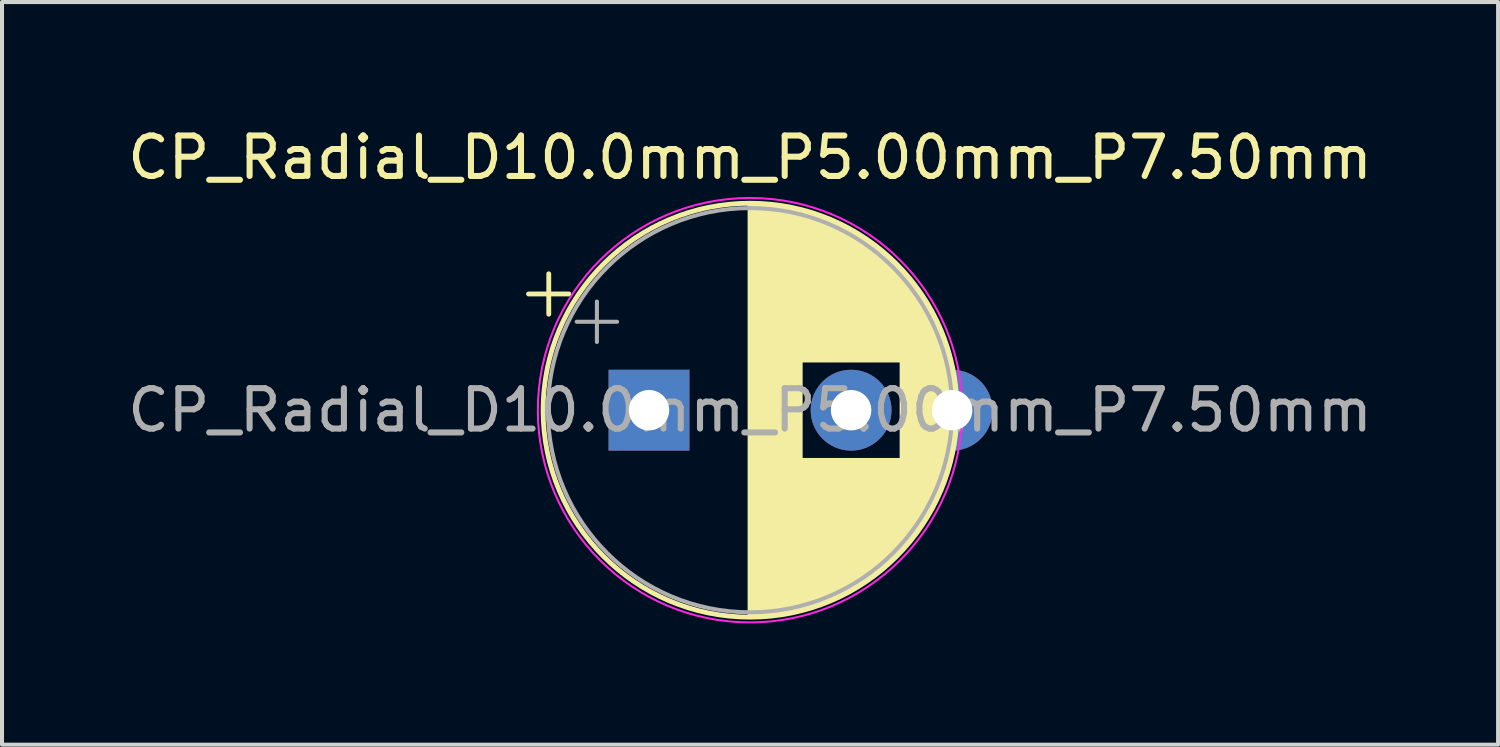
<source format=kicad_pcb>
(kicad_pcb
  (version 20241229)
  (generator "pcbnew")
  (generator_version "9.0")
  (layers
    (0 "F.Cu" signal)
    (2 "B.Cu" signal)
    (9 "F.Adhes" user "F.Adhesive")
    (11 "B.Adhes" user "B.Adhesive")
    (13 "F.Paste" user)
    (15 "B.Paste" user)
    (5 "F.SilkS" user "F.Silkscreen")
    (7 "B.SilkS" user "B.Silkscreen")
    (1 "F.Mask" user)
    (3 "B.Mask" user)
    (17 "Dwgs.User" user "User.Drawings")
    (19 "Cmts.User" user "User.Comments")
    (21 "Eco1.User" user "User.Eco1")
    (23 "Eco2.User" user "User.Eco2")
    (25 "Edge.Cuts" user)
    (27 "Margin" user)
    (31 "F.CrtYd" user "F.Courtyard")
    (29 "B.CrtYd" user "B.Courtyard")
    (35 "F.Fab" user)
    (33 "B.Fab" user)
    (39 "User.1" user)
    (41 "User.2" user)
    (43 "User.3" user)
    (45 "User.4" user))
  (footprint "CP_Radial_D10.0mm_P5.00mm_P7.50mm"
    (layer "F.Cu")
    (at 13.006 7.098)
    (property "Reference" "CP_Radial_D10.0mm_P5.00mm_P7.50mm" (at 2.5 -6.25 0) (layer "F.SilkS") (effects (font (size 1 1) (thickness 0.15))))
    (attr through_hole)
    (fp_line (start -2.98 -2.875) (end -1.98 -2.875) (stroke (width 0.12) (type solid)) (layer "F.SilkS"))
    (fp_line (start -2.48 -3.375) (end -2.48 -2.375) (stroke (width 0.12) (type solid)) (layer "F.SilkS"))
    (fp_line (start 2.5 -5.08) (end 2.5 5.08) (stroke (width 0.12) (type solid)) (layer "F.SilkS"))
    (fp_line (start 2.54 -5.08) (end 2.54 5.08) (stroke (width 0.12) (type solid)) (layer "F.SilkS"))
    (fp_line (start 2.58 -5.08) (end 2.58 5.08) (stroke (width 0.12) (type solid)) (layer "F.SilkS"))
    (fp_line (start 2.62 -5.079) (end 2.62 5.079) (stroke (width 0.12) (type solid)) (layer "F.SilkS"))
    (fp_line (start 2.66 -5.078) (end 2.66 5.078) (stroke (width 0.12) (type solid)) (layer "F.SilkS"))
    (fp_line (start 2.7 -5.077) (end 2.7 5.077) (stroke (width 0.12) (type solid)) (layer "F.SilkS"))
    (fp_line (start 2.74 -5.075) (end 2.74 5.075) (stroke (width 0.12) (type solid)) (layer "F.SilkS"))
    (fp_line (start 2.78 -5.073) (end 2.78 5.073) (stroke (width 0.12) (type solid)) (layer "F.SilkS"))
    (fp_line (start 2.82 -5.07) (end 2.82 5.07) (stroke (width 0.12) (type solid)) (layer "F.SilkS"))
    (fp_line (start 2.86 -5.068) (end 2.86 5.068) (stroke (width 0.12) (type solid)) (layer "F.SilkS"))
    (fp_line (start 2.9 -5.065) (end 2.9 5.065) (stroke (width 0.12) (type solid)) (layer "F.SilkS"))
    (fp_line (start 2.94 -5.062) (end 2.94 5.062) (stroke (width 0.12) (type solid)) (layer "F.SilkS"))
    (fp_line (start 2.98 -5.058) (end 2.98 5.058) (stroke (width 0.12) (type solid)) (layer "F.SilkS"))
    (fp_line (start 3.02 -5.054) (end 3.02 5.054) (stroke (width 0.12) (type solid)) (layer "F.SilkS"))
    (fp_line (start 3.06 -5.05) (end 3.06 5.05) (stroke (width 0.12) (type solid)) (layer "F.SilkS"))
    (fp_line (start 3.1 -5.045) (end 3.1 5.045) (stroke (width 0.12) (type solid)) (layer "F.SilkS"))
    (fp_line (start 3.14 -5.04) (end 3.14 5.04) (stroke (width 0.12) (type solid)) (layer "F.SilkS"))
    (fp_line (start 3.18 -5.035) (end 3.18 5.035) (stroke (width 0.12) (type solid)) (layer "F.SilkS"))
    (fp_line (start 3.221 -5.03) (end 3.221 5.03) (stroke (width 0.12) (type solid)) (layer "F.SilkS"))
    (fp_line (start 3.261 -5.024) (end 3.261 5.024) (stroke (width 0.12) (type solid)) (layer "F.SilkS"))
    (fp_line (start 3.301 -5.018) (end 3.301 5.018) (stroke (width 0.12) (type solid)) (layer "F.SilkS"))
    (fp_line (start 3.341 -5.011) (end 3.341 5.011) (stroke (width 0.12) (type solid)) (layer "F.SilkS"))
    (fp_line (start 3.381 -5.004) (end 3.381 5.004) (stroke (width 0.12) (type solid)) (layer "F.SilkS"))
    (fp_line (start 3.421 -4.997) (end 3.421 4.997) (stroke (width 0.12) (type solid)) (layer "F.SilkS"))
    (fp_line (start 3.461 -4.99) (end 3.461 4.99) (stroke (width 0.12) (type solid)) (layer "F.SilkS"))
    (fp_line (start 3.501 -4.982) (end 3.501 4.982) (stroke (width 0.12) (type solid)) (layer "F.SilkS"))
    (fp_line (start 3.541 -4.974) (end 3.541 4.974) (stroke (width 0.12) (type solid)) (layer "F.SilkS"))
    (fp_line (start 3.581 -4.965) (end 3.581 4.965) (stroke (width 0.12) (type solid)) (layer "F.SilkS"))
    (fp_line (start 3.621 -4.956) (end 3.621 4.956) (stroke (width 0.12) (type solid)) (layer "F.SilkS"))
    (fp_line (start 3.661 -4.947) (end 3.661 4.947) (stroke (width 0.12) (type solid)) (layer "F.SilkS"))
    (fp_line (start 3.701 -4.938) (end 3.701 4.938) (stroke (width 0.12) (type solid)) (layer "F.SilkS"))
    (fp_line (start 3.741 -4.928) (end 3.741 4.928) (stroke (width 0.12) (type solid)) (layer "F.SilkS"))
    (fp_line (start 3.781 -4.918) (end 3.781 -1.241) (stroke (width 0.12) (type solid)) (layer "F.SilkS"))
    (fp_line (start 3.781 1.241) (end 3.781 4.918) (stroke (width 0.12) (type solid)) (layer "F.SilkS"))
    (fp_line (start 3.821 -4.907) (end 3.821 -1.241) (stroke (width 0.12) (type solid)) (layer "F.SilkS"))
    (fp_line (start 3.821 1.241) (end 3.821 4.907) (stroke (width 0.12) (type solid)) (layer "F.SilkS"))
    (fp_line (start 3.861 -4.897) (end 3.861 -1.241) (stroke (width 0.12) (type solid)) (layer "F.SilkS"))
    (fp_line (start 3.861 1.241) (end 3.861 4.897) (stroke (width 0.12) (type solid)) (layer "F.SilkS"))
    (fp_line (start 3.901 -4.885) (end 3.901 -1.241) (stroke (width 0.12) (type solid)) (layer "F.SilkS"))
    (fp_line (start 3.901 1.241) (end 3.901 4.885) (stroke (width 0.12) (type solid)) (layer "F.SilkS"))
    (fp_line (start 3.941 -4.874) (end 3.941 -1.241) (stroke (width 0.12) (type solid)) (layer "F.SilkS"))
    (fp_line (start 3.941 1.241) (end 3.941 4.874) (stroke (width 0.12) (type solid)) (layer "F.SilkS"))
    (fp_line (start 3.981 -4.862) (end 3.981 -1.241) (stroke (width 0.12) (type solid)) (layer "F.SilkS"))
    (fp_line (start 3.981 1.241) (end 3.981 4.862) (stroke (width 0.12) (type solid)) (layer "F.SilkS"))
    (fp_line (start 4.021 -4.85) (end 4.021 -1.241) (stroke (width 0.12) (type solid)) (layer "F.SilkS"))
    (fp_line (start 4.021 1.241) (end 4.021 4.85) (stroke (width 0.12) (type solid)) (layer "F.SilkS"))
    (fp_line (start 4.061 -4.837) (end 4.061 -1.241) (stroke (width 0.12) (type solid)) (layer "F.SilkS"))
    (fp_line (start 4.061 1.241) (end 4.061 4.837) (stroke (width 0.12) (type solid)) (layer "F.SilkS"))
    (fp_line (start 4.101 -4.824) (end 4.101 -1.241) (stroke (width 0.12) (type solid)) (layer "F.SilkS"))
    (fp_line (start 4.101 1.241) (end 4.101 4.824) (stroke (width 0.12) (type solid)) (layer "F.SilkS"))
    (fp_line (start 4.141 -4.811) (end 4.141 -1.241) (stroke (width 0.12) (type solid)) (layer "F.SilkS"))
    (fp_line (start 4.141 1.241) (end 4.141 4.811) (stroke (width 0.12) (type solid)) (layer "F.SilkS"))
    (fp_line (start 4.181 -4.797) (end 4.181 -1.241) (stroke (width 0.12) (type solid)) (layer "F.SilkS"))
    (fp_line (start 4.181 1.241) (end 4.181 4.797) (stroke (width 0.12) (type solid)) (layer "F.SilkS"))
    (fp_line (start 4.221 -4.783) (end 4.221 -1.241) (stroke (width 0.12) (type solid)) (layer "F.SilkS"))
    (fp_line (start 4.221 1.241) (end 4.221 4.783) (stroke (width 0.12) (type solid)) (layer "F.SilkS"))
    (fp_line (start 4.261 -4.768) (end 4.261 -1.241) (stroke (width 0.12) (type solid)) (layer "F.SilkS"))
    (fp_line (start 4.261 1.241) (end 4.261 4.768) (stroke (width 0.12) (type solid)) (layer "F.SilkS"))
    (fp_line (start 4.301 -4.754) (end 4.301 -1.241) (stroke (width 0.12) (type solid)) (layer "F.SilkS"))
    (fp_line (start 4.301 1.241) (end 4.301 4.754) (stroke (width 0.12) (type solid)) (layer "F.SilkS"))
    (fp_line (start 4.341 -4.738) (end 4.341 -1.241) (stroke (width 0.12) (type solid)) (layer "F.SilkS"))
    (fp_line (start 4.341 1.241) (end 4.341 4.738) (stroke (width 0.12) (type solid)) (layer "F.SilkS"))
    (fp_line (start 4.381 -4.723) (end 4.381 -1.241) (stroke (width 0.12) (type solid)) (layer "F.SilkS"))
    (fp_line (start 4.381 1.241) (end 4.381 4.723) (stroke (width 0.12) (type solid)) (layer "F.SilkS"))
    (fp_line (start 4.421 -4.707) (end 4.421 -1.241) (stroke (width 0.12) (type solid)) (layer "F.SilkS"))
    (fp_line (start 4.421 1.241) (end 4.421 4.707) (stroke (width 0.12) (type solid)) (layer "F.SilkS"))
    (fp_line (start 4.461 -4.69) (end 4.461 -1.241) (stroke (width 0.12) (type solid)) (layer "F.SilkS"))
    (fp_line (start 4.461 1.241) (end 4.461 4.69) (stroke (width 0.12) (type solid)) (layer "F.SilkS"))
    (fp_line (start 4.501 -4.674) (end 4.501 -1.241) (stroke (width 0.12) (type solid)) (layer "F.SilkS"))
    (fp_line (start 4.501 1.241) (end 4.501 4.674) (stroke (width 0.12) (type solid)) (layer "F.SilkS"))
    (fp_line (start 4.541 -4.657) (end 4.541 -1.241) (stroke (width 0.12) (type solid)) (layer "F.SilkS"))
    (fp_line (start 4.541 1.241) (end 4.541 4.657) (stroke (width 0.12) (type solid)) (layer "F.SilkS"))
    (fp_line (start 4.581 -4.639) (end 4.581 -1.241) (stroke (width 0.12) (type solid)) (layer "F.SilkS"))
    (fp_line (start 4.581 1.241) (end 4.581 4.639) (stroke (width 0.12) (type solid)) (layer "F.SilkS"))
    (fp_line (start 4.621 -4.621) (end 4.621 -1.241) (stroke (width 0.12) (type solid)) (layer "F.SilkS"))
    (fp_line (start 4.621 1.241) (end 4.621 4.621) (stroke (width 0.12) (type solid)) (layer "F.SilkS"))
    (fp_line (start 4.661 -4.603) (end 4.661 -1.241) (stroke (width 0.12) (type solid)) (layer "F.SilkS"))
    (fp_line (start 4.661 1.241) (end 4.661 4.603) (stroke (width 0.12) (type solid)) (layer "F.SilkS"))
    (fp_line (start 4.701 -4.584) (end 4.701 -1.241) (stroke (width 0.12) (type solid)) (layer "F.SilkS"))
    (fp_line (start 4.701 1.241) (end 4.701 4.584) (stroke (width 0.12) (type solid)) (layer "F.SilkS"))
    (fp_line (start 4.741 -4.564) (end 4.741 -1.241) (stroke (width 0.12) (type solid)) (layer "F.SilkS"))
    (fp_line (start 4.741 1.241) (end 4.741 4.564) (stroke (width 0.12) (type solid)) (layer "F.SilkS"))
    (fp_line (start 4.781 -4.545) (end 4.781 -1.241) (stroke (width 0.12) (type solid)) (layer "F.SilkS"))
    (fp_line (start 4.781 1.241) (end 4.781 4.545) (stroke (width 0.12) (type solid)) (layer "F.SilkS"))
    (fp_line (start 4.821 -4.525) (end 4.821 -1.241) (stroke (width 0.12) (type solid)) (layer "F.SilkS"))
    (fp_line (start 4.821 1.241) (end 4.821 4.525) (stroke (width 0.12) (type solid)) (layer "F.SilkS"))
    (fp_line (start 4.861 -4.504) (end 4.861 -1.241) (stroke (width 0.12) (type solid)) (layer "F.SilkS"))
    (fp_line (start 4.861 1.241) (end 4.861 4.504) (stroke (width 0.12) (type solid)) (layer "F.SilkS"))
    (fp_line (start 4.901 -4.483) (end 4.901 -1.241) (stroke (width 0.12) (type solid)) (layer "F.SilkS"))
    (fp_line (start 4.901 1.241) (end 4.901 4.483) (stroke (width 0.12) (type solid)) (layer "F.SilkS"))
    (fp_line (start 4.941 -4.462) (end 4.941 -1.241) (stroke (width 0.12) (type solid)) (layer "F.SilkS"))
    (fp_line (start 4.941 1.241) (end 4.941 4.462) (stroke (width 0.12) (type solid)) (layer "F.SilkS"))
    (fp_line (start 4.981 -4.44) (end 4.981 -1.241) (stroke (width 0.12) (type solid)) (layer "F.SilkS"))
    (fp_line (start 4.981 1.241) (end 4.981 4.44) (stroke (width 0.12) (type solid)) (layer "F.SilkS"))
    (fp_line (start 5.021 -4.417) (end 5.021 -1.241) (stroke (width 0.12) (type solid)) (layer "F.SilkS"))
    (fp_line (start 5.021 1.241) (end 5.021 4.417) (stroke (width 0.12) (type solid)) (layer "F.SilkS"))
    (fp_line (start 5.061 -4.395) (end 5.061 -1.241) (stroke (width 0.12) (type solid)) (layer "F.SilkS"))
    (fp_line (start 5.061 1.241) (end 5.061 4.395) (stroke (width 0.12) (type solid)) (layer "F.SilkS"))
    (fp_line (start 5.101 -4.371) (end 5.101 -1.241) (stroke (width 0.12) (type solid)) (layer "F.SilkS"))
    (fp_line (start 5.101 1.241) (end 5.101 4.371) (stroke (width 0.12) (type solid)) (layer "F.SilkS"))
    (fp_line (start 5.141 -4.347) (end 5.141 -1.241) (stroke (width 0.12) (type solid)) (layer "F.SilkS"))
    (fp_line (start 5.141 1.241) (end 5.141 4.347) (stroke (width 0.12) (type solid)) (layer "F.SilkS"))
    (fp_line (start 5.181 -4.323) (end 5.181 -1.241) (stroke (width 0.12) (type solid)) (layer "F.SilkS"))
    (fp_line (start 5.181 1.241) (end 5.181 4.323) (stroke (width 0.12) (type solid)) (layer "F.SilkS"))
    (fp_line (start 5.221 -4.298) (end 5.221 -1.241) (stroke (width 0.12) (type solid)) (layer "F.SilkS"))
    (fp_line (start 5.221 1.241) (end 5.221 4.298) (stroke (width 0.12) (type solid)) (layer "F.SilkS"))
    (fp_line (start 5.261 -4.273) (end 5.261 -1.241) (stroke (width 0.12) (type solid)) (layer "F.SilkS"))
    (fp_line (start 5.261 1.241) (end 5.261 4.273) (stroke (width 0.12) (type solid)) (layer "F.SilkS"))
    (fp_line (start 5.301 -4.247) (end 5.301 -1.241) (stroke (width 0.12) (type solid)) (layer "F.SilkS"))
    (fp_line (start 5.301 1.241) (end 5.301 4.247) (stroke (width 0.12) (type solid)) (layer "F.SilkS"))
    (fp_line (start 5.341 -4.221) (end 5.341 -1.241) (stroke (width 0.12) (type solid)) (layer "F.SilkS"))
    (fp_line (start 5.341 1.241) (end 5.341 4.221) (stroke (width 0.12) (type solid)) (layer "F.SilkS"))
    (fp_line (start 5.381 -4.194) (end 5.381 -1.241) (stroke (width 0.12) (type solid)) (layer "F.SilkS"))
    (fp_line (start 5.381 1.241) (end 5.381 4.194) (stroke (width 0.12) (type solid)) (layer "F.SilkS"))
    (fp_line (start 5.421 -4.166) (end 5.421 -1.241) (stroke (width 0.12) (type solid)) (layer "F.SilkS"))
    (fp_line (start 5.421 1.241) (end 5.421 4.166) (stroke (width 0.12) (type solid)) (layer "F.SilkS"))
    (fp_line (start 5.461 -4.138) (end 5.461 -1.241) (stroke (width 0.12) (type solid)) (layer "F.SilkS"))
    (fp_line (start 5.461 1.241) (end 5.461 4.138) (stroke (width 0.12) (type solid)) (layer "F.SilkS"))
    (fp_line (start 5.501 -4.11) (end 5.501 -1.241) (stroke (width 0.12) (type solid)) (layer "F.SilkS"))
    (fp_line (start 5.501 1.241) (end 5.501 4.11) (stroke (width 0.12) (type solid)) (layer "F.SilkS"))
    (fp_line (start 5.541 -4.08) (end 5.541 -1.241) (stroke (width 0.12) (type solid)) (layer "F.SilkS"))
    (fp_line (start 5.541 1.241) (end 5.541 4.08) (stroke (width 0.12) (type solid)) (layer "F.SilkS"))
    (fp_line (start 5.581 -4.05) (end 5.581 -1.241) (stroke (width 0.12) (type solid)) (layer "F.SilkS"))
    (fp_line (start 5.581 1.241) (end 5.581 4.05) (stroke (width 0.12) (type solid)) (layer "F.SilkS"))
    (fp_line (start 5.621 -4.02) (end 5.621 -1.241) (stroke (width 0.12) (type solid)) (layer "F.SilkS"))
    (fp_line (start 5.621 1.241) (end 5.621 4.02) (stroke (width 0.12) (type solid)) (layer "F.SilkS"))
    (fp_line (start 5.661 -3.989) (end 5.661 -1.241) (stroke (width 0.12) (type solid)) (layer "F.SilkS"))
    (fp_line (start 5.661 1.241) (end 5.661 3.989) (stroke (width 0.12) (type solid)) (layer "F.SilkS"))
    (fp_line (start 5.701 -3.957) (end 5.701 -1.241) (stroke (width 0.12) (type solid)) (layer "F.SilkS"))
    (fp_line (start 5.701 1.241) (end 5.701 3.957) (stroke (width 0.12) (type solid)) (layer "F.SilkS"))
    (fp_line (start 5.741 -3.925) (end 5.741 -1.241) (stroke (width 0.12) (type solid)) (layer "F.SilkS"))
    (fp_line (start 5.741 1.241) (end 5.741 3.925) (stroke (width 0.12) (type solid)) (layer "F.SilkS"))
    (fp_line (start 5.781 -3.892) (end 5.781 -1.241) (stroke (width 0.12) (type solid)) (layer "F.SilkS"))
    (fp_line (start 5.781 1.241) (end 5.781 3.892) (stroke (width 0.12) (type solid)) (layer "F.SilkS"))
    (fp_line (start 5.821 -3.858) (end 5.821 -1.241) (stroke (width 0.12) (type solid)) (layer "F.SilkS"))
    (fp_line (start 5.821 1.241) (end 5.821 3.858) (stroke (width 0.12) (type solid)) (layer "F.SilkS"))
    (fp_line (start 5.861 -3.824) (end 5.861 -1.241) (stroke (width 0.12) (type solid)) (layer "F.SilkS"))
    (fp_line (start 5.861 1.241) (end 5.861 3.824) (stroke (width 0.12) (type solid)) (layer "F.SilkS"))
    (fp_line (start 5.901 -3.789) (end 5.901 -1.241) (stroke (width 0.12) (type solid)) (layer "F.SilkS"))
    (fp_line (start 5.901 1.241) (end 5.901 3.789) (stroke (width 0.12) (type solid)) (layer "F.SilkS"))
    (fp_line (start 5.941 -3.753) (end 5.941 -1.241) (stroke (width 0.12) (type solid)) (layer "F.SilkS"))
    (fp_line (start 5.941 1.241) (end 5.941 3.753) (stroke (width 0.12) (type solid)) (layer "F.SilkS"))
    (fp_line (start 5.981 -3.716) (end 5.981 -1.241) (stroke (width 0.12) (type solid)) (layer "F.SilkS"))
    (fp_line (start 5.981 1.241) (end 5.981 3.716) (stroke (width 0.12) (type solid)) (layer "F.SilkS"))
    (fp_line (start 6.021 -3.679) (end 6.021 -1.241) (stroke (width 0.12) (type solid)) (layer "F.SilkS"))
    (fp_line (start 6.021 1.241) (end 6.021 3.679) (stroke (width 0.12) (type solid)) (layer "F.SilkS"))
    (fp_line (start 6.061 -3.64) (end 6.061 -1.241) (stroke (width 0.12) (type solid)) (layer "F.SilkS"))
    (fp_line (start 6.061 1.241) (end 6.061 3.64) (stroke (width 0.12) (type solid)) (layer "F.SilkS"))
    (fp_line (start 6.101 -3.601) (end 6.101 -1.241) (stroke (width 0.12) (type solid)) (layer "F.SilkS"))
    (fp_line (start 6.101 1.241) (end 6.101 3.601) (stroke (width 0.12) (type solid)) (layer "F.SilkS"))
    (fp_line (start 6.141 -3.561) (end 6.141 -1.241) (stroke (width 0.12) (type solid)) (layer "F.SilkS"))
    (fp_line (start 6.141 1.241) (end 6.141 3.561) (stroke (width 0.12) (type solid)) (layer "F.SilkS"))
    (fp_line (start 6.181 -3.52) (end 6.181 -1.241) (stroke (width 0.12) (type solid)) (layer "F.SilkS"))
    (fp_line (start 6.181 1.241) (end 6.181 3.52) (stroke (width 0.12) (type solid)) (layer "F.SilkS"))
    (fp_line (start 6.221 -3.478) (end 6.221 -1.241) (stroke (width 0.12) (type solid)) (layer "F.SilkS"))
    (fp_line (start 6.221 1.241) (end 6.221 3.478) (stroke (width 0.12) (type solid)) (layer "F.SilkS"))
    (fp_line (start 6.261 -3.436) (end 6.261 3.436) (stroke (width 0.12) (type solid)) (layer "F.SilkS"))
    (fp_line (start 6.301 -3.392) (end 6.301 3.392) (stroke (width 0.12) (type solid)) (layer "F.SilkS"))
    (fp_line (start 6.341 -3.347) (end 6.341 3.347) (stroke (width 0.12) (type solid)) (layer "F.SilkS"))
    (fp_line (start 6.381 -3.301) (end 6.381 3.301) (stroke (width 0.12) (type solid)) (layer "F.SilkS"))
    (fp_line (start 6.421 -3.254) (end 6.421 3.254) (stroke (width 0.12) (type solid)) (layer "F.SilkS"))
    (fp_line (start 6.461 -3.206) (end 6.461 3.206) (stroke (width 0.12) (type solid)) (layer "F.SilkS"))
    (fp_line (start 6.501 -3.156) (end 6.501 3.156) (stroke (width 0.12) (type solid)) (layer "F.SilkS"))
    (fp_line (start 6.541 -3.106) (end 6.541 3.106) (stroke (width 0.12) (type solid)) (layer "F.SilkS"))
    (fp_line (start 6.581 -3.054) (end 6.581 3.054) (stroke (width 0.12) (type solid)) (layer "F.SilkS"))
    (fp_line (start 6.621 -3) (end 6.621 3) (stroke (width 0.12) (type solid)) (layer "F.SilkS"))
    (fp_line (start 6.661 -2.945) (end 6.661 2.945) (stroke (width 0.12) (type solid)) (layer "F.SilkS"))
    (fp_line (start 6.701 -2.889) (end 6.701 2.889) (stroke (width 0.12) (type solid)) (layer "F.SilkS"))
    (fp_line (start 6.741 -2.83) (end 6.741 2.83) (stroke (width 0.12) (type solid)) (layer "F.SilkS"))
    (fp_line (start 6.781 -2.77) (end 6.781 2.77) (stroke (width 0.12) (type solid)) (layer "F.SilkS"))
    (fp_line (start 6.821 -2.709) (end 6.821 2.709) (stroke (width 0.12) (type solid)) (layer "F.SilkS"))
    (fp_line (start 6.861 -2.645) (end 6.861 2.645) (stroke (width 0.12) (type solid)) (layer "F.SilkS"))
    (fp_line (start 6.901 -2.579) (end 6.901 2.579) (stroke (width 0.12) (type solid)) (layer "F.SilkS"))
    (fp_line (start 6.941 -2.51) (end 6.941 2.51) (stroke (width 0.12) (type solid)) (layer "F.SilkS"))
    (fp_line (start 6.981 -2.439) (end 6.981 2.439) (stroke (width 0.12) (type solid)) (layer "F.SilkS"))
    (fp_line (start 7.021 -2.365) (end 7.021 2.365) (stroke (width 0.12) (type solid)) (layer "F.SilkS"))
    (fp_line (start 7.061 -2.289) (end 7.061 2.289) (stroke (width 0.12) (type solid)) (layer "F.SilkS"))
    (fp_line (start 7.101 -2.209) (end 7.101 2.209) (stroke (width 0.12) (type solid)) (layer "F.SilkS"))
    (fp_line (start 7.141 -2.125) (end 7.141 2.125) (stroke (width 0.12) (type solid)) (layer "F.SilkS"))
    (fp_line (start 7.181 -2.037) (end 7.181 2.037) (stroke (width 0.12) (type solid)) (layer "F.SilkS"))
    (fp_line (start 7.221 -1.944) (end 7.221 1.944) (stroke (width 0.12) (type solid)) (layer "F.SilkS"))
    (fp_line (start 7.261 -1.846) (end 7.261 1.846) (stroke (width 0.12) (type solid)) (layer "F.SilkS"))
    (fp_line (start 7.301 -1.742) (end 7.301 1.742) (stroke (width 0.12) (type solid)) (layer "F.SilkS"))
    (fp_line (start 7.341 -1.63) (end 7.341 1.63) (stroke (width 0.12) (type solid)) (layer "F.SilkS"))
    (fp_line (start 7.381 -1.51) (end 7.381 1.51) (stroke (width 0.12) (type solid)) (layer "F.SilkS"))
    (fp_line (start 7.421 -1.378) (end 7.421 1.378) (stroke (width 0.12) (type solid)) (layer "F.SilkS"))
    (fp_line (start 7.461 -1.23) (end 7.461 1.23) (stroke (width 0.12) (type solid)) (layer "F.SilkS"))
    (fp_line (start 7.501 -1.062) (end 7.501 1.062) (stroke (width 0.12) (type solid)) (layer "F.SilkS"))
    (fp_line (start 7.541 -0.862) (end 7.541 0.862) (stroke (width 0.12) (type solid)) (layer "F.SilkS"))
    (fp_line (start 7.581 -0.599) (end 7.581 0.599) (stroke (width 0.12) (type solid)) (layer "F.SilkS"))
    (fp_circle (center 2.5 0) (end 7.62 0) (stroke (width 0.12) (type solid)) (fill no) (layer "F.SilkS"))
    (fp_circle (center 2.5 0) (end 7.75 0) (stroke (width 0.05) (type solid)) (fill no) (layer "F.CrtYd"))
    (fp_line (start -1.789 -2.188) (end -0.789 -2.188) (stroke (width 0.1) (type solid)) (layer "F.Fab"))
    (fp_line (start -1.289 -2.688) (end -1.289 -1.688) (stroke (width 0.1) (type solid)) (layer "F.Fab"))
    (fp_circle (center 2.5 0) (end 7.5 0) (stroke (width 0.1) (type solid)) (fill no) (layer "F.Fab"))
    (fp_text user "${REFERENCE}" (at 2.5 0 0) (layer "F.Fab") (effects (font (size 1 1) (thickness 0.15))))
    (pad "1" thru_hole rect (at 0 0) (size 2 2) (drill 1) (layers "*.Cu" "*.Mask"))
    (pad "2" thru_hole circle (at 5 0) (size 2 2) (drill 1) (layers "*.Cu" "*.Mask"))
    (pad "2" thru_hole circle (at 7.5 0) (size 2 2) (drill 1) (layers "*.Cu" "*.Mask")))
  (gr_rect
    (start -3 -3)
    (end 34.012 15.373)
    (stroke (width 0.1) (type default))
    (fill no)
    (layer "Edge.Cuts")))
</source>
